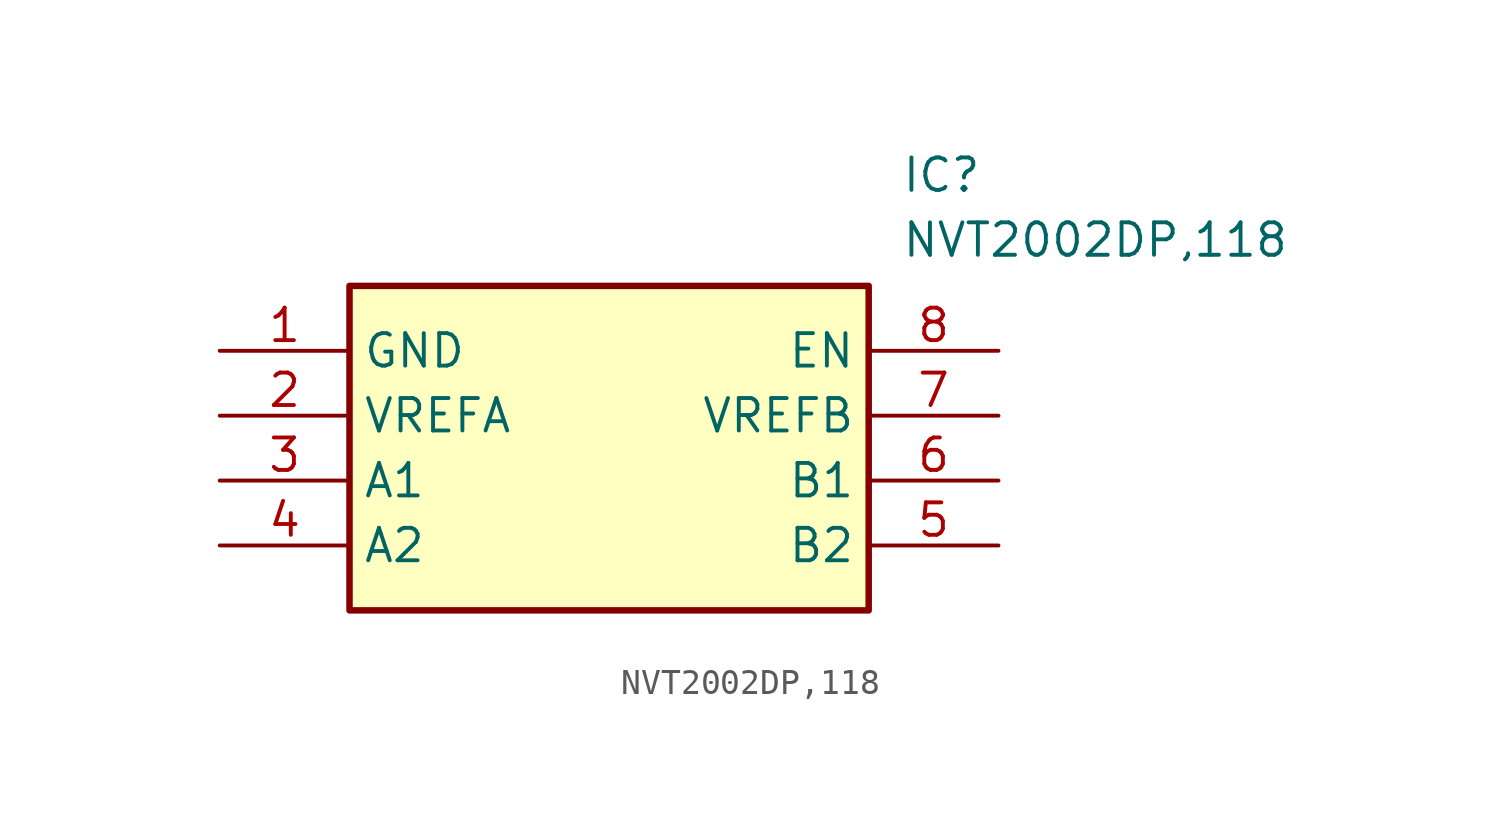
<source format=kicad_sym>
(kicad_symbol_lib
  (version 20211014)
  (generator SamacSys_ECAD_Model)
  (symbol "NVT2002DP,118"
    (property "Reference" "IC"
      (at 26.67 7.62 0)
      (effects (font (size 1.27 1.27)) (justify left top)))
    (property "Value" "NVT2002DP,118"
      (at 26.67 5.08 0)
      (effects (font (size 1.27 1.27)) (justify left top)))
    (rectangle
      (start 5.08 2.54)
      (end 25.4 -10.16)
      (stroke (width 0.254) (type default))
      (fill (type background)))
    (pin passive line
      (at 0 0 0)
      (length 5.08)
      (name "GND" (effects (font (size 1.27 1.27))))
      (number "1" (effects (font (size 1.27 1.27)))))
    (pin passive line
      (at 0 -2.54 0)
      (length 5.08)
      (name "VREFA" (effects (font (size 1.27 1.27))))
      (number "2" (effects (font (size 1.27 1.27)))))
    (pin passive line
      (at 0 -5.08 0)
      (length 5.08)
      (name "A1" (effects (font (size 1.27 1.27))))
      (number "3" (effects (font (size 1.27 1.27)))))
    (pin passive line
      (at 0 -7.62 0)
      (length 5.08)
      (name "A2" (effects (font (size 1.27 1.27))))
      (number "4" (effects (font (size 1.27 1.27)))))
    (pin passive line
      (at 30.48 0 180)
      (length 5.08)
      (name "EN" (effects (font (size 1.27 1.27))))
      (number "8" (effects (font (size 1.27 1.27)))))
    (pin passive line
      (at 30.48 -2.54 180)
      (length 5.08)
      (name "VREFB" (effects (font (size 1.27 1.27))))
      (number "7" (effects (font (size 1.27 1.27)))))
    (pin passive line
      (at 30.48 -5.08 180)
      (length 5.08)
      (name "B1" (effects (font (size 1.27 1.27))))
      (number "6" (effects (font (size 1.27 1.27)))))
    (pin passive line
      (at 30.48 -7.62 180)
      (length 5.08)
      (name "B2" (effects (font (size 1.27 1.27))))
      (number "5" (effects (font (size 1.27 1.27)))))))
</source>
